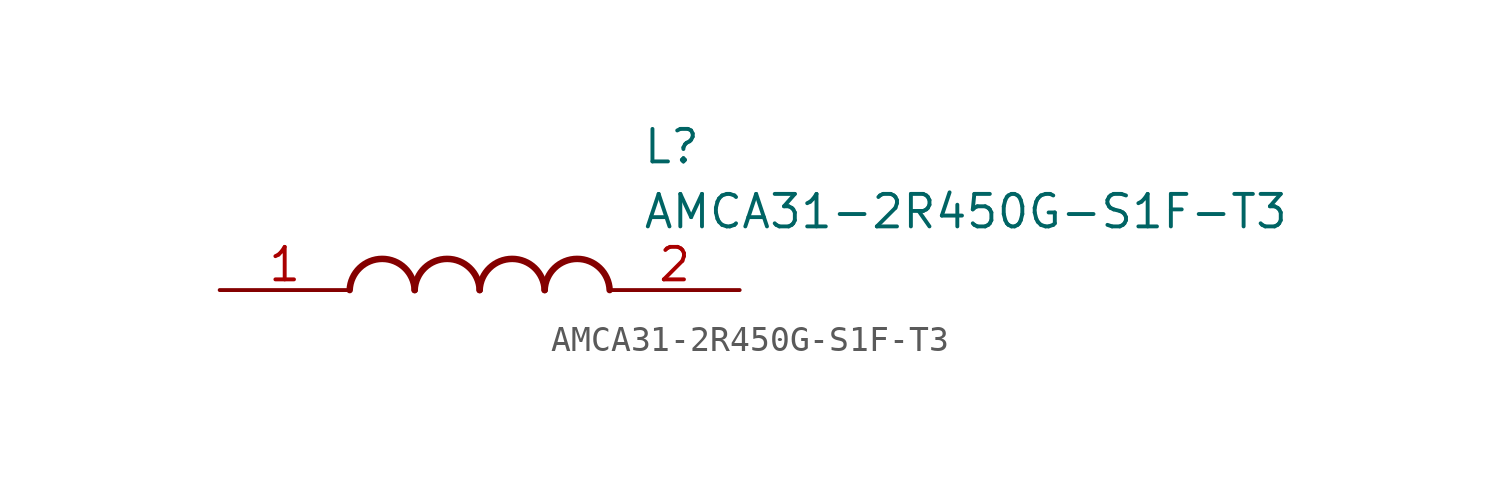
<source format=kicad_sym>
(kicad_symbol_lib
  (version 20241209)
  (generator "kicad_symbol_editor")
  (generator_version "9.0")
  (symbol "AMCA31-2R450G-S1F-T3"
    (pin_names
      (hide yes))
    (property "Reference" "L"
      (at 16.51 6.35 0)
      (effects (font (size 1.27 1.27)) (justify left top)))
    (property "Value" "AMCA31-2R450G-S1F-T3"
      (at 16.51 3.81 0)
      (effects (font (size 1.27 1.27)) (justify left top)))
    (symbol "AMCA31-2R450G-S1F-T3_1_1"
      (arc (start 5.08 0) (mid 6.35 1.219) (end 7.62 0) (stroke (width 0.254) (type default)) (fill (type none)))
      (arc (start 7.62 0) (mid 8.89 1.219) (end 10.16 0) (stroke (width 0.254) (type default)) (fill (type none)))
      (arc (start 10.16 0) (mid 11.43 1.219) (end 12.7 0) (stroke (width 0.254) (type default)) (fill (type none)))
      (arc (start 12.7 0) (mid 13.97 1.219) (end 15.24 0) (stroke (width 0.254) (type default)) (fill (type none)))
      (pin passive line (at 0 0 0) (length 5.08) (name "FEED" (effects (font (size 1.27 1.27)))) (number "1" (effects (font (size 1.27 1.27)))))
      (pin passive line (at 20.32 0 180) (length 5.08) (name "NC" (effects (font (size 1.27 1.27)))) (number "2" (effects (font (size 1.27 1.27))))))))
</source>
